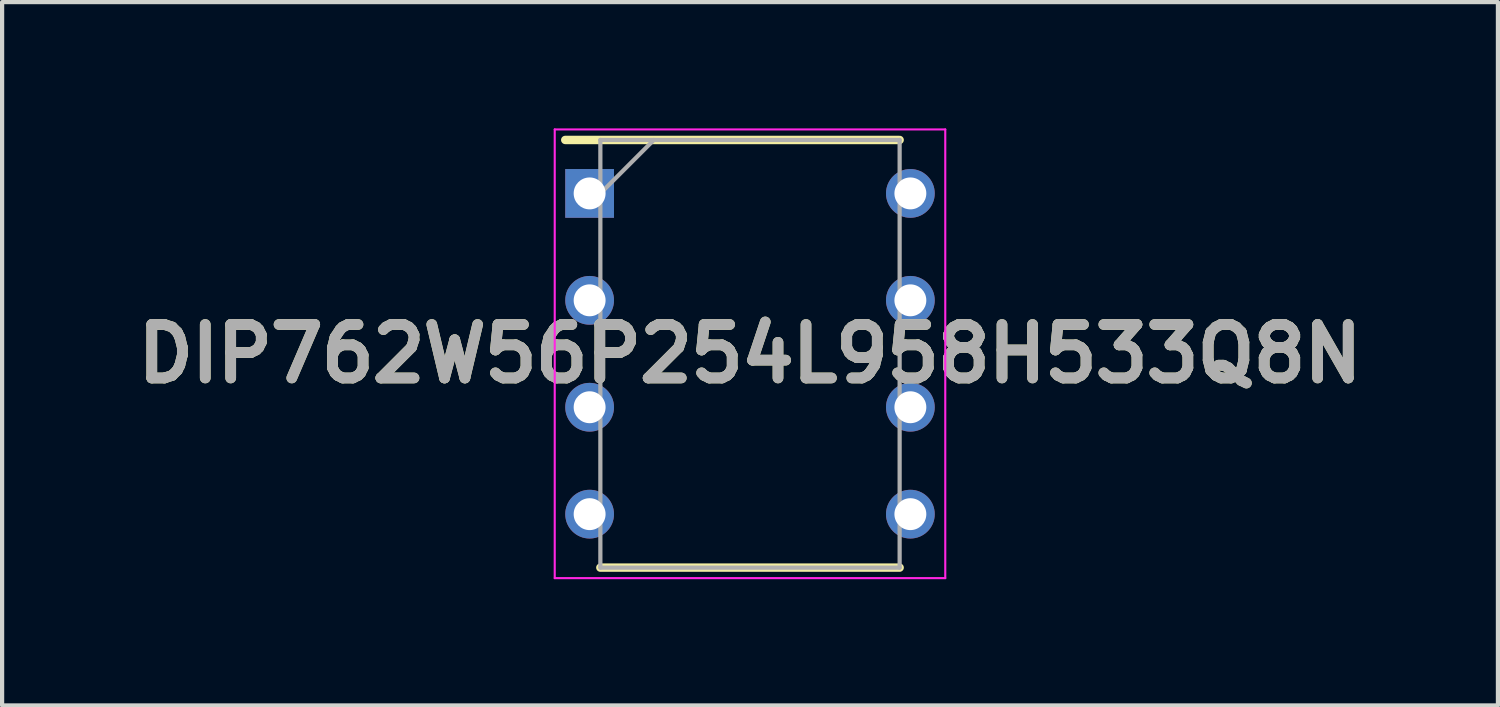
<source format=kicad_pcb>
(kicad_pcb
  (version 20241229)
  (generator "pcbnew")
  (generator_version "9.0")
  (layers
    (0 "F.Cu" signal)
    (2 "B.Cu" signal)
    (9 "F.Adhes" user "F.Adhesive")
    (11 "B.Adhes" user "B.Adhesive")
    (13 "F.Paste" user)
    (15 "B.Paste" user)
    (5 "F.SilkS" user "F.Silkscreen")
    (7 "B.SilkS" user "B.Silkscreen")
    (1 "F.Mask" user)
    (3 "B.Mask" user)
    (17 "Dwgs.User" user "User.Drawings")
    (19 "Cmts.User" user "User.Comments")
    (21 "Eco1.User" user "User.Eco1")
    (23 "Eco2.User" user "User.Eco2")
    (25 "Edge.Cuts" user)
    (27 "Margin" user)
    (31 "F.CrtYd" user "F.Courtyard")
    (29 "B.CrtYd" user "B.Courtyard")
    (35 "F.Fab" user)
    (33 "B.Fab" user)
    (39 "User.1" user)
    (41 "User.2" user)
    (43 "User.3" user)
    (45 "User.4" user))
  (footprint "DIP762W56P254L958H533Q8N"
    (layer "F.Cu")
    (at 14.768 5.355)
    (property "Reference" "DIP762W56P254L958H533Q8N" (at 0 0 0) (layer "F.SilkS") (effects (font (size 1.27 1.27) (thickness 0.254))))
    (attr through_hole)
    (fp_line (start -4.389 -5.08) (end 3.555 -5.08) (stroke (width 0.2) (type solid)) (layer "F.SilkS"))
    (fp_line (start -3.555 5.08) (end 3.555 5.08) (stroke (width 0.2) (type solid)) (layer "F.SilkS"))
    (fp_line (start -4.639 -5.33) (end 4.639 -5.33) (stroke (width 0.05) (type solid)) (layer "F.CrtYd"))
    (fp_line (start -4.639 5.33) (end -4.639 -5.33) (stroke (width 0.05) (type solid)) (layer "F.CrtYd"))
    (fp_line (start 4.639 -5.33) (end 4.639 5.33) (stroke (width 0.05) (type solid)) (layer "F.CrtYd"))
    (fp_line (start 4.639 5.33) (end -4.639 5.33) (stroke (width 0.05) (type solid)) (layer "F.CrtYd"))
    (fp_line (start -3.555 -5.08) (end 3.555 -5.08) (stroke (width 0.1) (type solid)) (layer "F.Fab"))
    (fp_line (start -3.555 -3.81) (end -2.285 -5.08) (stroke (width 0.1) (type solid)) (layer "F.Fab"))
    (fp_line (start -3.555 5.08) (end -3.555 -5.08) (stroke (width 0.1) (type solid)) (layer "F.Fab"))
    (fp_line (start 3.555 -5.08) (end 3.555 5.08) (stroke (width 0.1) (type solid)) (layer "F.Fab"))
    (fp_line (start 3.555 5.08) (end -3.555 5.08) (stroke (width 0.1) (type solid)) (layer "F.Fab"))
    (fp_text user "${REFERENCE}" (at 0 0 0) (layer "F.Fab") (effects (font (size 1.27 1.27) (thickness 0.254))))
    (pad "1" thru_hole rect (at -3.81 -3.81) (size 1.158 1.158) (drill 0.758) (layers "*.Cu" "*.Mask"))
    (pad "2" thru_hole circle (at -3.81 -1.27) (size 1.158 1.158) (drill 0.758) (layers "*.Cu" "*.Mask"))
    (pad "3" thru_hole circle (at -3.81 1.27) (size 1.158 1.158) (drill 0.758) (layers "*.Cu" "*.Mask"))
    (pad "4" thru_hole circle (at -3.81 3.81) (size 1.158 1.158) (drill 0.758) (layers "*.Cu" "*.Mask"))
    (pad "5" thru_hole circle (at 3.81 3.81) (size 1.158 1.158) (drill 0.758) (layers "*.Cu" "*.Mask"))
    (pad "6" thru_hole circle (at 3.81 1.27) (size 1.158 1.158) (drill 0.758) (layers "*.Cu" "*.Mask"))
    (pad "7" thru_hole circle (at 3.81 -1.27) (size 1.158 1.158) (drill 0.758) (layers "*.Cu" "*.Mask"))
    (pad "8" thru_hole circle (at 3.81 -3.81) (size 1.158 1.158) (drill 0.758) (layers "*.Cu" "*.Mask")))
  (gr_rect
    (start -3 -3)
    (end 32.537 13.71)
    (stroke (width 0.1) (type default))
    (fill no)
    (layer "Edge.Cuts")))
</source>
